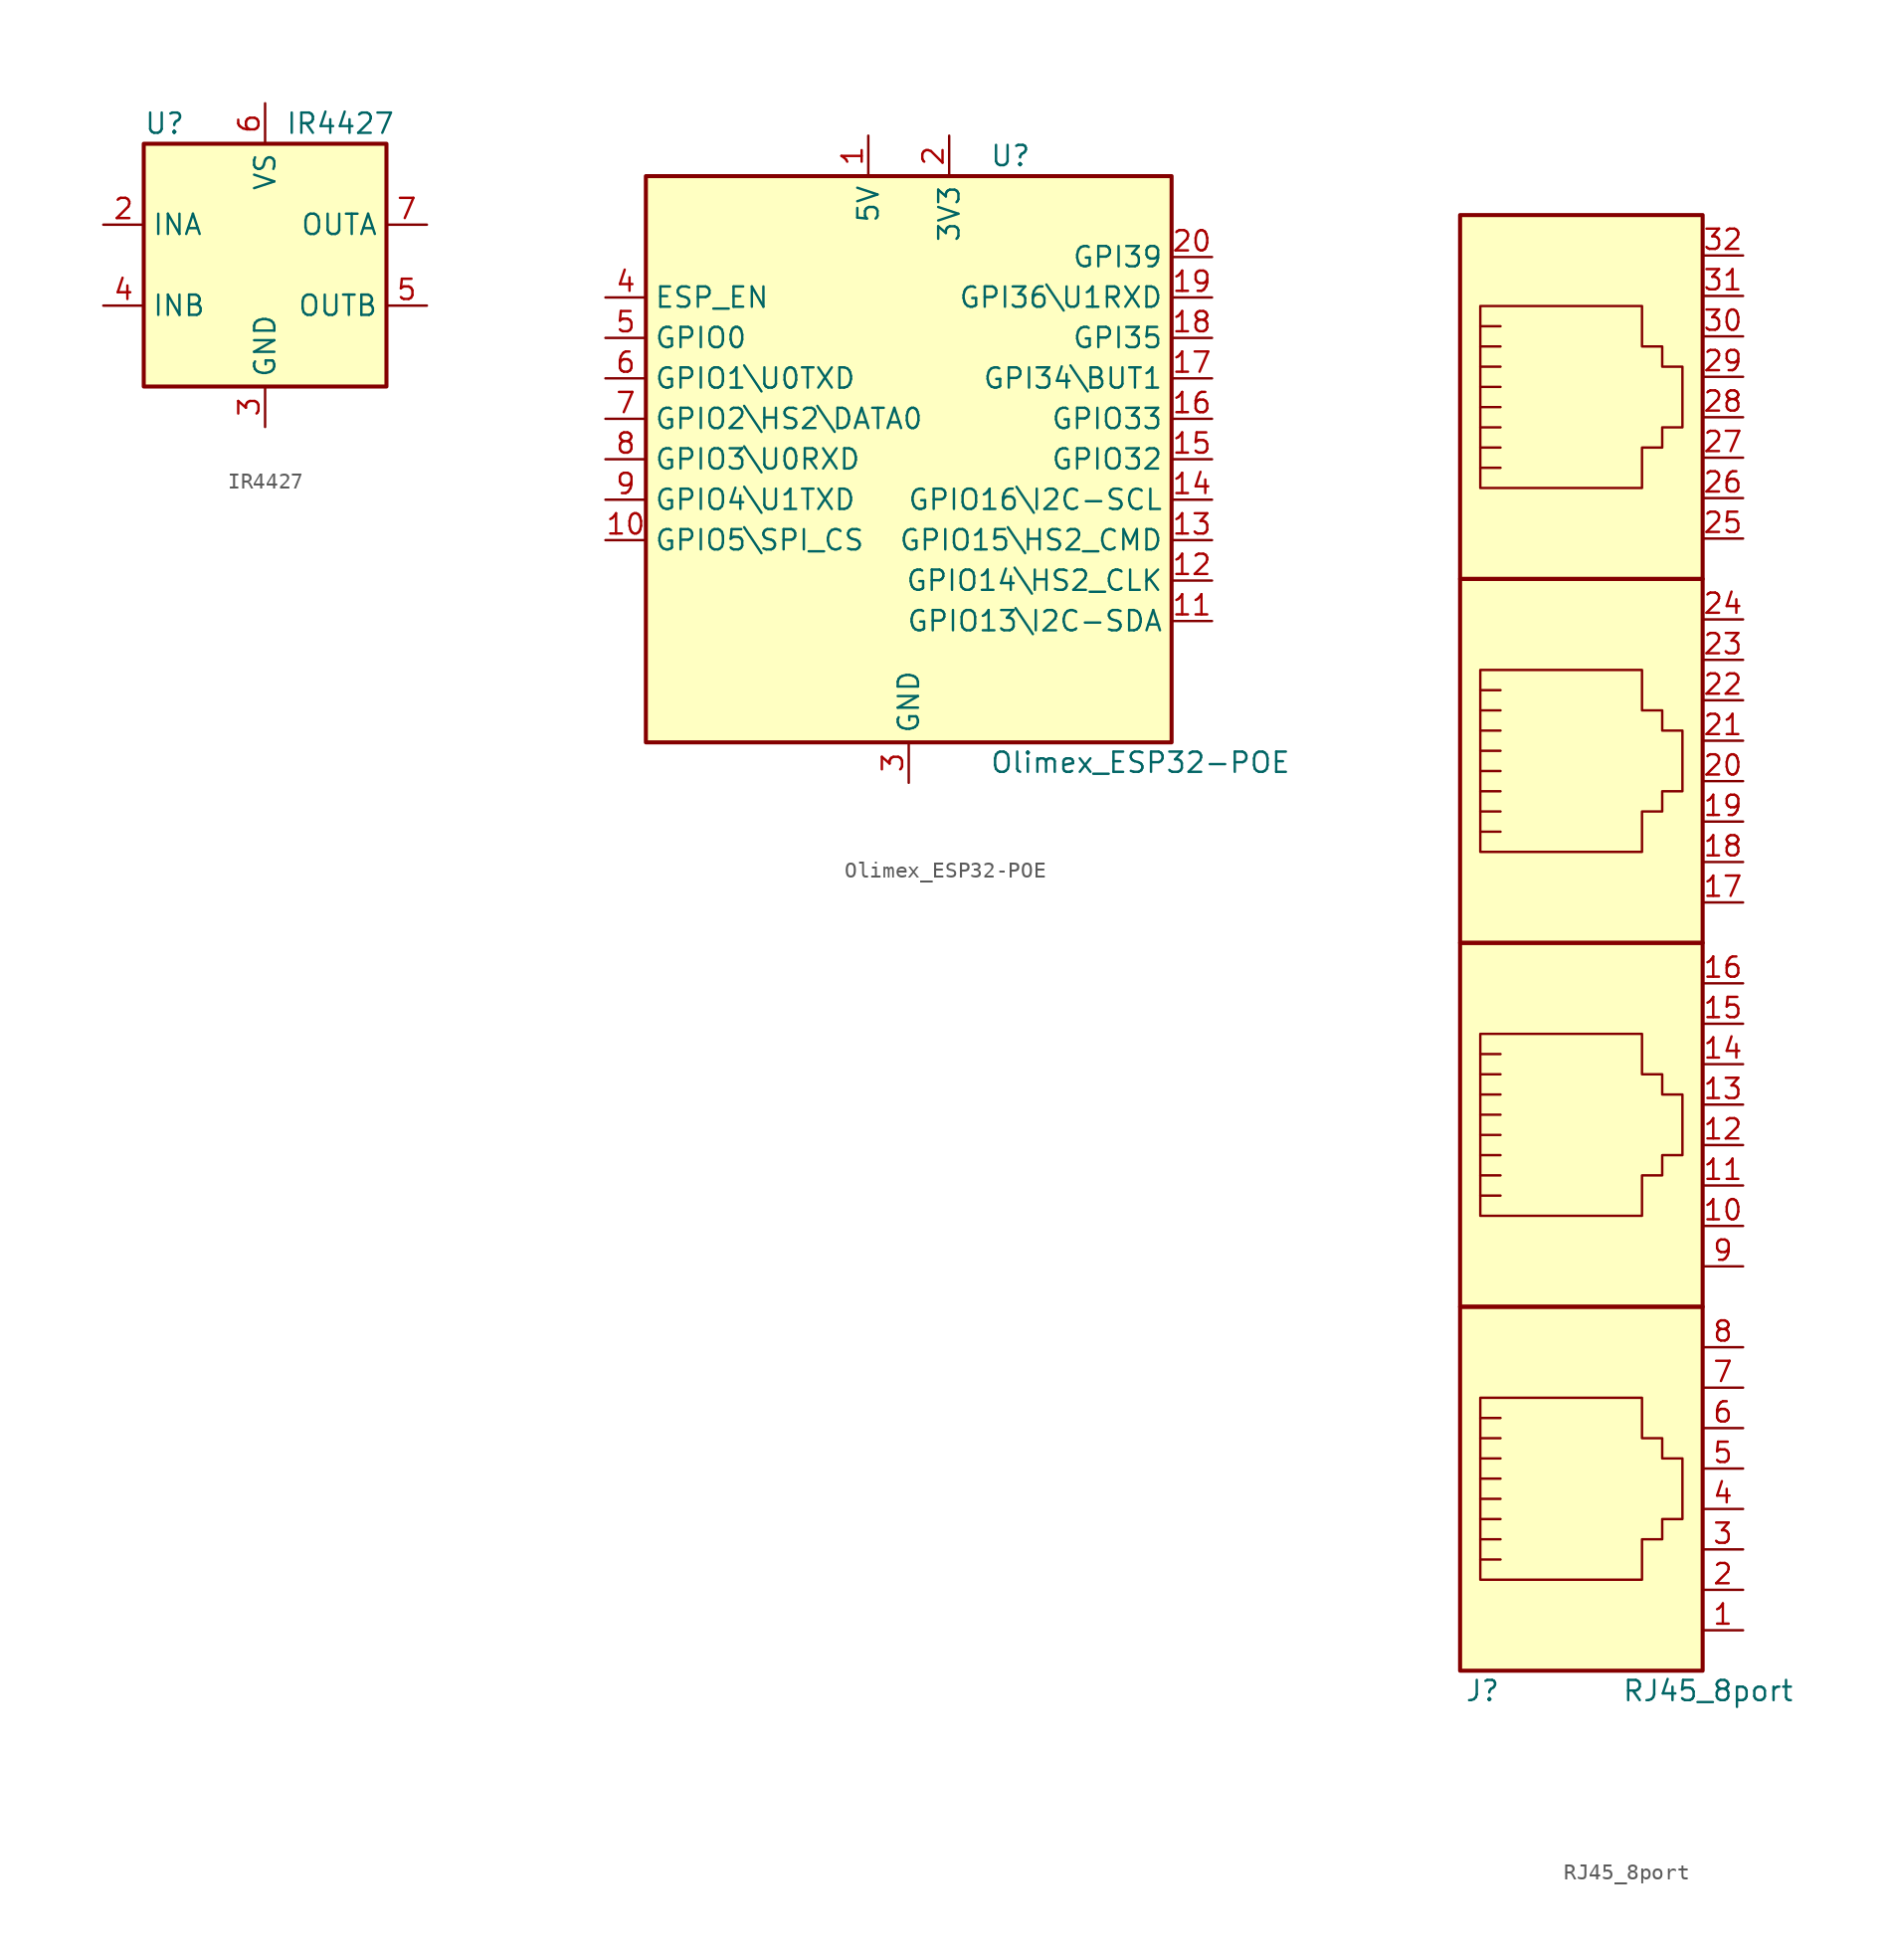
<source format=kicad_sym>
(kicad_symbol_lib
  (version 20211014)
  (generator kicad_symbol_editor)
  (symbol "IR4427"
    (property "Reference" "U"
      (at -7.62 8.89 0)
      (effects (font (size 1.27 1.27)) (justify left)))
    (property "Value" "IR4427"
      (at 1.27 8.89 0)
      (effects (font (size 1.27 1.27)) (justify left)))
    (symbol "IR4427_0_1"
      (rectangle (start -7.62 -7.62) (end 7.62 7.62) (stroke (width 0.254) (type default) (color 0 0 0 0)) (fill (type background))))
    (symbol "IR4427_1_1"
      (pin no_connect line (at -7.62 0 0) (length 2.54) hide (name "NC" (effects (font (size 1.27 1.27)))) (number "1" (effects (font (size 1.27 1.27)))))
      (pin input line (at -10.16 2.54 0) (length 2.54) (name "INA" (effects (font (size 1.27 1.27)))) (number "2" (effects (font (size 1.27 1.27)))))
      (pin power_in line (at 0 -10.16 90) (length 2.54) (name "GND" (effects (font (size 1.27 1.27)))) (number "3" (effects (font (size 1.27 1.27)))))
      (pin input line (at -10.16 -2.54 0) (length 2.54) (name "INB" (effects (font (size 1.27 1.27)))) (number "4" (effects (font (size 1.27 1.27)))))
      (pin output line (at 10.16 -2.54 180) (length 2.54) (name "OUTB" (effects (font (size 1.27 1.27)))) (number "5" (effects (font (size 1.27 1.27)))))
      (pin power_in line (at 0 10.16 270) (length 2.54) (name "VS" (effects (font (size 1.27 1.27)))) (number "6" (effects (font (size 1.27 1.27)))))
      (pin output line (at 10.16 2.54 180) (length 2.54) (name "OUTA" (effects (font (size 1.27 1.27)))) (number "7" (effects (font (size 1.27 1.27)))))
      (pin no_connect line (at 7.62 0 180) (length 2.54) hide (name "NC" (effects (font (size 1.27 1.27)))) (number "8" (effects (font (size 1.27 1.27)))))))
  (symbol "Olimex_ESP32-POE"
    (property "Reference" "U"
      (at 5.08 19.05 0)
      (effects (font (size 1.27 1.27)) (justify left)))
    (property "Value" "Olimex_ESP32-POE"
      (at 5.08 -19.05 0)
      (effects (font (size 1.27 1.27)) (justify left)))
    (symbol "Olimex_ESP32-POE_1_1"
      (rectangle (start -16.51 17.78) (end 16.51 -17.78) (stroke (width 0.254) (type default) (color 0 0 0 0)) (fill (type background)))
      (pin power_in line (at -2.54 20.32 270) (length 2.54) (name "5V" (effects (font (size 1.27 1.27)))) (number "1" (effects (font (size 1.27 1.27)))))
      (pin bidirectional line (at -19.05 -5.08 0) (length 2.54) (name "GPIO5\\SPI_CS" (effects (font (size 1.27 1.27)))) (number "10" (effects (font (size 1.27 1.27)))))
      (pin bidirectional line (at 19.05 -10.16 180) (length 2.54) (name "GPIO13\\I2C-SDA" (effects (font (size 1.27 1.27)))) (number "11" (effects (font (size 1.27 1.27)))))
      (pin bidirectional line (at 19.05 -7.62 180) (length 2.54) (name "GPIO14\\HS2_CLK" (effects (font (size 1.27 1.27)))) (number "12" (effects (font (size 1.27 1.27)))))
      (pin bidirectional line (at 19.05 -5.08 180) (length 2.54) (name "GPIO15\\HS2_CMD" (effects (font (size 1.27 1.27)))) (number "13" (effects (font (size 1.27 1.27)))))
      (pin bidirectional line (at 19.05 -2.54 180) (length 2.54) (name "GPIO16\\I2C-SCL" (effects (font (size 1.27 1.27)))) (number "14" (effects (font (size 1.27 1.27)))))
      (pin bidirectional line (at 19.05 0 180) (length 2.54) (name "GPIO32" (effects (font (size 1.27 1.27)))) (number "15" (effects (font (size 1.27 1.27)))))
      (pin bidirectional line (at 19.05 2.54 180) (length 2.54) (name "GPIO33" (effects (font (size 1.27 1.27)))) (number "16" (effects (font (size 1.27 1.27)))))
      (pin input line (at 19.05 5.08 180) (length 2.54) (name "GPI34\\BUT1" (effects (font (size 1.27 1.27)))) (number "17" (effects (font (size 1.27 1.27)))))
      (pin input line (at 19.05 7.62 180) (length 2.54) (name "GPI35" (effects (font (size 1.27 1.27)))) (number "18" (effects (font (size 1.27 1.27)))))
      (pin input line (at 19.05 10.16 180) (length 2.54) (name "GPI36\\U1RXD" (effects (font (size 1.27 1.27)))) (number "19" (effects (font (size 1.27 1.27)))))
      (pin power_out line (at 2.54 20.32 270) (length 2.54) (name "3V3" (effects (font (size 1.27 1.27)))) (number "2" (effects (font (size 1.27 1.27)))))
      (pin input line (at 19.05 12.7 180) (length 2.54) (name "GPI39" (effects (font (size 1.27 1.27)))) (number "20" (effects (font (size 1.27 1.27)))))
      (pin power_in line (at 0 -20.32 90) (length 2.54) (name "GND" (effects (font (size 1.27 1.27)))) (number "3" (effects (font (size 1.27 1.27)))))
      (pin input line (at -19.05 10.16 0) (length 2.54) (name "ESP_EN" (effects (font (size 1.27 1.27)))) (number "4" (effects (font (size 1.27 1.27)))))
      (pin bidirectional line (at -19.05 7.62 0) (length 2.54) (name "GPIO0" (effects (font (size 1.27 1.27)))) (number "5" (effects (font (size 1.27 1.27)))))
      (pin bidirectional line (at -19.05 5.08 0) (length 2.54) (name "GPIO1\\U0TXD" (effects (font (size 1.27 1.27)))) (number "6" (effects (font (size 1.27 1.27)))))
      (pin bidirectional line (at -19.05 2.54 0) (length 2.54) (name "GPIO2\\HS2\\DATA0" (effects (font (size 1.27 1.27)))) (number "7" (effects (font (size 1.27 1.27)))))
      (pin bidirectional line (at -19.05 0 0) (length 2.54) (name "GPIO3\\U0RXD" (effects (font (size 1.27 1.27)))) (number "8" (effects (font (size 1.27 1.27)))))
      (pin bidirectional line (at -19.05 -2.54 0) (length 2.54) (name "GPIO4\\U1TXD" (effects (font (size 1.27 1.27)))) (number "9" (effects (font (size 1.27 1.27)))))))
  (symbol "RJ45_8port"
    (pin_names
      (offset 1.016))
    (property "Reference" "J"
      (at -5.08 -11.43 0)
      (effects (font (size 1.27 1.27)) (justify right)))
    (property "Value" "RJ45_8port"
      (at 2.54 -11.43 0)
      (effects (font (size 1.27 1.27)) (justify left)))
    (symbol "RJ45_8port_0_1"
      (polyline (pts (xy -5.08 4.445) (xy -6.35 4.445)) (stroke (width 0) (type default) (color 0 0 0 0)) (fill (type none)))
      (polyline (pts (xy -5.08 5.715) (xy -6.35 5.715)) (stroke (width 0) (type default) (color 0 0 0 0)) (fill (type none)))
      (polyline (pts (xy -6.35 -3.175) (xy -5.08 -3.175) (xy -5.08 -3.175)) (stroke (width 0) (type default) (color 0 0 0 0)) (fill (type none)))
      (polyline (pts (xy -6.35 -1.905) (xy -5.08 -1.905) (xy -5.08 -1.905)) (stroke (width 0) (type default) (color 0 0 0 0)) (fill (type none)))
      (polyline (pts (xy -6.35 -0.635) (xy -5.08 -0.635) (xy -5.08 -0.635)) (stroke (width 0) (type default) (color 0 0 0 0)) (fill (type none)))
      (polyline (pts (xy -6.35 0.635) (xy -5.08 0.635) (xy -5.08 0.635)) (stroke (width 0) (type default) (color 0 0 0 0)) (fill (type none)))
      (polyline (pts (xy -6.35 1.905) (xy -5.08 1.905) (xy -5.08 1.905)) (stroke (width 0) (type default) (color 0 0 0 0)) (fill (type none)))
      (polyline (pts (xy -5.08 3.175) (xy -6.35 3.175) (xy -6.35 3.175)) (stroke (width 0) (type default) (color 0 0 0 0)) (fill (type none)))
      (polyline (pts (xy -6.35 -4.445) (xy -6.35 6.985) (xy 3.81 6.985) (xy 3.81 4.445) (xy 5.08 4.445) (xy 5.08 3.175) (xy 6.35 3.175) (xy 6.35 -0.635) (xy 5.08 -0.635) (xy 5.08 -1.905) (xy 3.81 -1.905) (xy 3.81 -4.445) (xy -6.35 -4.445) (xy -6.35 -4.445)) (stroke (width 0) (type default) (color 0 0 0 0)) (fill (type none)))
      (rectangle (start 7.62 12.7) (end -7.62 -10.16) (stroke (width 0.254) (type default) (color 0 0 0 0)) (fill (type background))))
    (symbol "RJ45_8port_1_1"
      (polyline (pts (xy -5.08 27.305) (xy -6.35 27.305)) (stroke (width 0) (type default) (color 0 0 0 0)) (fill (type none)))
      (polyline (pts (xy -5.08 28.575) (xy -6.35 28.575)) (stroke (width 0) (type default) (color 0 0 0 0)) (fill (type none)))
      (polyline (pts (xy -5.08 50.165) (xy -6.35 50.165)) (stroke (width 0) (type default) (color 0 0 0 0)) (fill (type none)))
      (polyline (pts (xy -5.08 51.435) (xy -6.35 51.435)) (stroke (width 0) (type default) (color 0 0 0 0)) (fill (type none)))
      (polyline (pts (xy -5.08 73.025) (xy -6.35 73.025)) (stroke (width 0) (type default) (color 0 0 0 0)) (fill (type none)))
      (polyline (pts (xy -5.08 74.295) (xy -6.35 74.295)) (stroke (width 0) (type default) (color 0 0 0 0)) (fill (type none)))
      (polyline (pts (xy -6.35 19.685) (xy -5.08 19.685) (xy -5.08 19.685)) (stroke (width 0) (type default) (color 0 0 0 0)) (fill (type none)))
      (polyline (pts (xy -6.35 20.955) (xy -5.08 20.955) (xy -5.08 20.955)) (stroke (width 0) (type default) (color 0 0 0 0)) (fill (type none)))
      (polyline (pts (xy -6.35 22.225) (xy -5.08 22.225) (xy -5.08 22.225)) (stroke (width 0) (type default) (color 0 0 0 0)) (fill (type none)))
      (polyline (pts (xy -6.35 23.495) (xy -5.08 23.495) (xy -5.08 23.495)) (stroke (width 0) (type default) (color 0 0 0 0)) (fill (type none)))
      (polyline (pts (xy -6.35 24.765) (xy -5.08 24.765) (xy -5.08 24.765)) (stroke (width 0) (type default) (color 0 0 0 0)) (fill (type none)))
      (polyline (pts (xy -6.35 42.545) (xy -5.08 42.545) (xy -5.08 42.545)) (stroke (width 0) (type default) (color 0 0 0 0)) (fill (type none)))
      (polyline (pts (xy -6.35 43.815) (xy -5.08 43.815) (xy -5.08 43.815)) (stroke (width 0) (type default) (color 0 0 0 0)) (fill (type none)))
      (polyline (pts (xy -6.35 45.085) (xy -5.08 45.085) (xy -5.08 45.085)) (stroke (width 0) (type default) (color 0 0 0 0)) (fill (type none)))
      (polyline (pts (xy -6.35 46.355) (xy -5.08 46.355) (xy -5.08 46.355)) (stroke (width 0) (type default) (color 0 0 0 0)) (fill (type none)))
      (polyline (pts (xy -6.35 47.625) (xy -5.08 47.625) (xy -5.08 47.625)) (stroke (width 0) (type default) (color 0 0 0 0)) (fill (type none)))
      (polyline (pts (xy -6.35 65.405) (xy -5.08 65.405) (xy -5.08 65.405)) (stroke (width 0) (type default) (color 0 0 0 0)) (fill (type none)))
      (polyline (pts (xy -6.35 66.675) (xy -5.08 66.675) (xy -5.08 66.675)) (stroke (width 0) (type default) (color 0 0 0 0)) (fill (type none)))
      (polyline (pts (xy -6.35 67.945) (xy -5.08 67.945) (xy -5.08 67.945)) (stroke (width 0) (type default) (color 0 0 0 0)) (fill (type none)))
      (polyline (pts (xy -6.35 69.215) (xy -5.08 69.215) (xy -5.08 69.215)) (stroke (width 0) (type default) (color 0 0 0 0)) (fill (type none)))
      (polyline (pts (xy -6.35 70.485) (xy -5.08 70.485) (xy -5.08 70.485)) (stroke (width 0) (type default) (color 0 0 0 0)) (fill (type none)))
      (polyline (pts (xy -5.08 26.035) (xy -6.35 26.035) (xy -6.35 26.035)) (stroke (width 0) (type default) (color 0 0 0 0)) (fill (type none)))
      (polyline (pts (xy -5.08 48.895) (xy -6.35 48.895) (xy -6.35 48.895)) (stroke (width 0) (type default) (color 0 0 0 0)) (fill (type none)))
      (polyline (pts (xy -5.08 71.755) (xy -6.35 71.755) (xy -6.35 71.755)) (stroke (width 0) (type default) (color 0 0 0 0)) (fill (type none)))
      (polyline (pts (xy -6.35 18.415) (xy -6.35 29.845) (xy 3.81 29.845) (xy 3.81 27.305) (xy 5.08 27.305) (xy 5.08 26.035) (xy 6.35 26.035) (xy 6.35 22.225) (xy 5.08 22.225) (xy 5.08 20.955) (xy 3.81 20.955) (xy 3.81 18.415) (xy -6.35 18.415) (xy -6.35 18.415)) (stroke (width 0) (type default) (color 0 0 0 0)) (fill (type none)))
      (polyline (pts (xy -6.35 41.275) (xy -6.35 52.705) (xy 3.81 52.705) (xy 3.81 50.165) (xy 5.08 50.165) (xy 5.08 48.895) (xy 6.35 48.895) (xy 6.35 45.085) (xy 5.08 45.085) (xy 5.08 43.815) (xy 3.81 43.815) (xy 3.81 41.275) (xy -6.35 41.275) (xy -6.35 41.275)) (stroke (width 0) (type default) (color 0 0 0 0)) (fill (type none)))
      (polyline (pts (xy -6.35 64.135) (xy -6.35 75.565) (xy 3.81 75.565) (xy 3.81 73.025) (xy 5.08 73.025) (xy 5.08 71.755) (xy 6.35 71.755) (xy 6.35 67.945) (xy 5.08 67.945) (xy 5.08 66.675) (xy 3.81 66.675) (xy 3.81 64.135) (xy -6.35 64.135) (xy -6.35 64.135)) (stroke (width 0) (type default) (color 0 0 0 0)) (fill (type none)))
      (rectangle (start 7.62 35.56) (end -7.62 12.7) (stroke (width 0.254) (type default) (color 0 0 0 0)) (fill (type background)))
      (rectangle (start 7.62 58.42) (end -7.62 35.56) (stroke (width 0.254) (type default) (color 0 0 0 0)) (fill (type background)))
      (rectangle (start 7.62 81.28) (end -7.62 58.42) (stroke (width 0.254) (type default) (color 0 0 0 0)) (fill (type background)))
      (pin passive line (at 10.16 -7.62 180) (length 2.54) (name "~" (effects (font (size 1.27 1.27)))) (number "1" (effects (font (size 1.27 1.27)))))
      (pin passive line (at 10.16 17.78 180) (length 2.54) (name "~" (effects (font (size 1.27 1.27)))) (number "10" (effects (font (size 1.27 1.27)))))
      (pin passive line (at 10.16 20.32 180) (length 2.54) (name "~" (effects (font (size 1.27 1.27)))) (number "11" (effects (font (size 1.27 1.27)))))
      (pin passive line (at 10.16 22.86 180) (length 2.54) (name "~" (effects (font (size 1.27 1.27)))) (number "12" (effects (font (size 1.27 1.27)))))
      (pin passive line (at 10.16 25.4 180) (length 2.54) (name "~" (effects (font (size 1.27 1.27)))) (number "13" (effects (font (size 1.27 1.27)))))
      (pin passive line (at 10.16 27.94 180) (length 2.54) (name "~" (effects (font (size 1.27 1.27)))) (number "14" (effects (font (size 1.27 1.27)))))
      (pin passive line (at 10.16 30.48 180) (length 2.54) (name "~" (effects (font (size 1.27 1.27)))) (number "15" (effects (font (size 1.27 1.27)))))
      (pin passive line (at 10.16 33.02 180) (length 2.54) (name "~" (effects (font (size 1.27 1.27)))) (number "16" (effects (font (size 1.27 1.27)))))
      (pin passive line (at 10.16 38.1 180) (length 2.54) (name "~" (effects (font (size 1.27 1.27)))) (number "17" (effects (font (size 1.27 1.27)))))
      (pin passive line (at 10.16 40.64 180) (length 2.54) (name "~" (effects (font (size 1.27 1.27)))) (number "18" (effects (font (size 1.27 1.27)))))
      (pin passive line (at 10.16 43.18 180) (length 2.54) (name "~" (effects (font (size 1.27 1.27)))) (number "19" (effects (font (size 1.27 1.27)))))
      (pin passive line (at 10.16 -5.08 180) (length 2.54) (name "~" (effects (font (size 1.27 1.27)))) (number "2" (effects (font (size 1.27 1.27)))))
      (pin passive line (at 10.16 45.72 180) (length 2.54) (name "~" (effects (font (size 1.27 1.27)))) (number "20" (effects (font (size 1.27 1.27)))))
      (pin passive line (at 10.16 48.26 180) (length 2.54) (name "~" (effects (font (size 1.27 1.27)))) (number "21" (effects (font (size 1.27 1.27)))))
      (pin passive line (at 10.16 50.8 180) (length 2.54) (name "~" (effects (font (size 1.27 1.27)))) (number "22" (effects (font (size 1.27 1.27)))))
      (pin passive line (at 10.16 53.34 180) (length 2.54) (name "~" (effects (font (size 1.27 1.27)))) (number "23" (effects (font (size 1.27 1.27)))))
      (pin passive line (at 10.16 55.88 180) (length 2.54) (name "~" (effects (font (size 1.27 1.27)))) (number "24" (effects (font (size 1.27 1.27)))))
      (pin passive line (at 10.16 60.96 180) (length 2.54) (name "~" (effects (font (size 1.27 1.27)))) (number "25" (effects (font (size 1.27 1.27)))))
      (pin passive line (at 10.16 63.5 180) (length 2.54) (name "~" (effects (font (size 1.27 1.27)))) (number "26" (effects (font (size 1.27 1.27)))))
      (pin passive line (at 10.16 66.04 180) (length 2.54) (name "~" (effects (font (size 1.27 1.27)))) (number "27" (effects (font (size 1.27 1.27)))))
      (pin passive line (at 10.16 68.58 180) (length 2.54) (name "~" (effects (font (size 1.27 1.27)))) (number "28" (effects (font (size 1.27 1.27)))))
      (pin passive line (at 10.16 71.12 180) (length 2.54) (name "~" (effects (font (size 1.27 1.27)))) (number "29" (effects (font (size 1.27 1.27)))))
      (pin passive line (at 10.16 -2.54 180) (length 2.54) (name "~" (effects (font (size 1.27 1.27)))) (number "3" (effects (font (size 1.27 1.27)))))
      (pin passive line (at 10.16 73.66 180) (length 2.54) (name "~" (effects (font (size 1.27 1.27)))) (number "30" (effects (font (size 1.27 1.27)))))
      (pin passive line (at 10.16 76.2 180) (length 2.54) (name "~" (effects (font (size 1.27 1.27)))) (number "31" (effects (font (size 1.27 1.27)))))
      (pin passive line (at 10.16 78.74 180) (length 2.54) (name "~" (effects (font (size 1.27 1.27)))) (number "32" (effects (font (size 1.27 1.27)))))
      (pin passive line (at 10.16 0 180) (length 2.54) (name "~" (effects (font (size 1.27 1.27)))) (number "4" (effects (font (size 1.27 1.27)))))
      (pin passive line (at 10.16 2.54 180) (length 2.54) (name "~" (effects (font (size 1.27 1.27)))) (number "5" (effects (font (size 1.27 1.27)))))
      (pin passive line (at 10.16 5.08 180) (length 2.54) (name "~" (effects (font (size 1.27 1.27)))) (number "6" (effects (font (size 1.27 1.27)))))
      (pin passive line (at 10.16 7.62 180) (length 2.54) (name "~" (effects (font (size 1.27 1.27)))) (number "7" (effects (font (size 1.27 1.27)))))
      (pin passive line (at 10.16 10.16 180) (length 2.54) (name "~" (effects (font (size 1.27 1.27)))) (number "8" (effects (font (size 1.27 1.27)))))
      (pin passive line (at 10.16 15.24 180) (length 2.54) (name "~" (effects (font (size 1.27 1.27)))) (number "9" (effects (font (size 1.27 1.27))))))))
</source>
